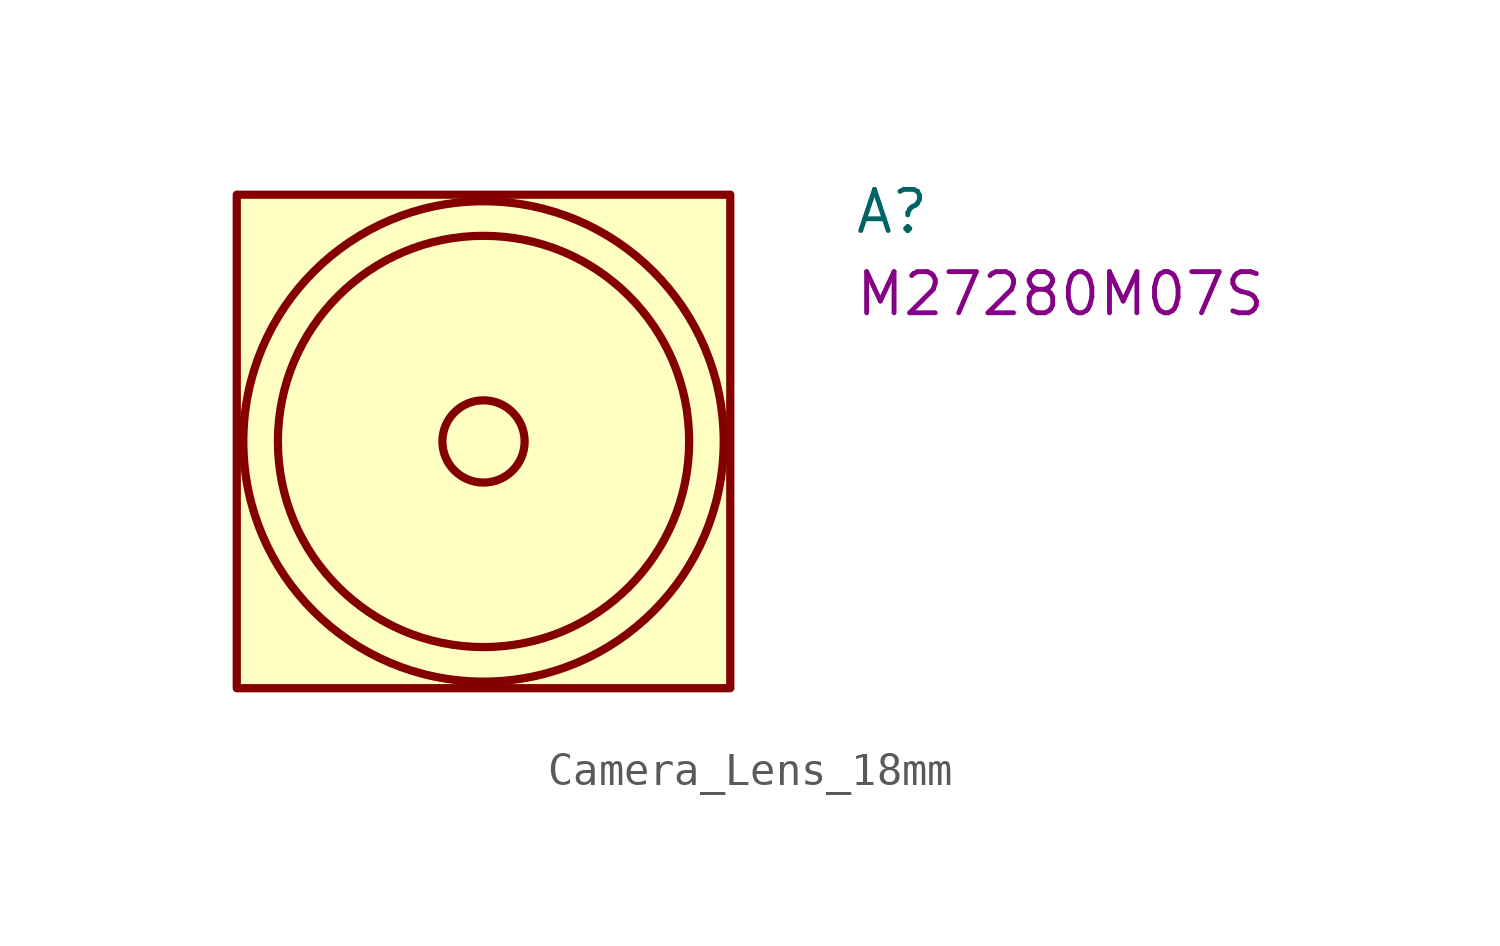
<source format=kicad_sym>
(kicad_symbol_lib
  (version 20220914)
  (generator kicad_symbol_editor)
  (symbol "Camera_Lens_18mm"
    (pin_names hide)
    (property "Reference" "A"
      (at 11.43 6.35 0)
      (effects (font (size 1.27 1.27) (thickness 0.15)) (justify left bottom)))
    (property "MPN" "M27280M07S"
      (at 11.43 3.81 0)
      (effects (font (size 1.27 1.27) (thickness 0.15)) (justify left bottom)))
    (symbol "Camera_Lens_18mm_1_1"
      (rectangle (start -7.62 7.62) (end 7.62 -7.62) (stroke (width 0.254) (type default)) (fill (type background)))
      (circle (center 0 0) (radius 1.27) (stroke (width 0.254) (type default)) (fill (type none)))
      (circle (center 0 0) (radius 6.35) (stroke (width 0.254) (type default)) (fill (type none)))
      (circle (center 0 0) (radius 7.417) (stroke (width 0.254) (type default)) (fill (type none))))))
</source>
